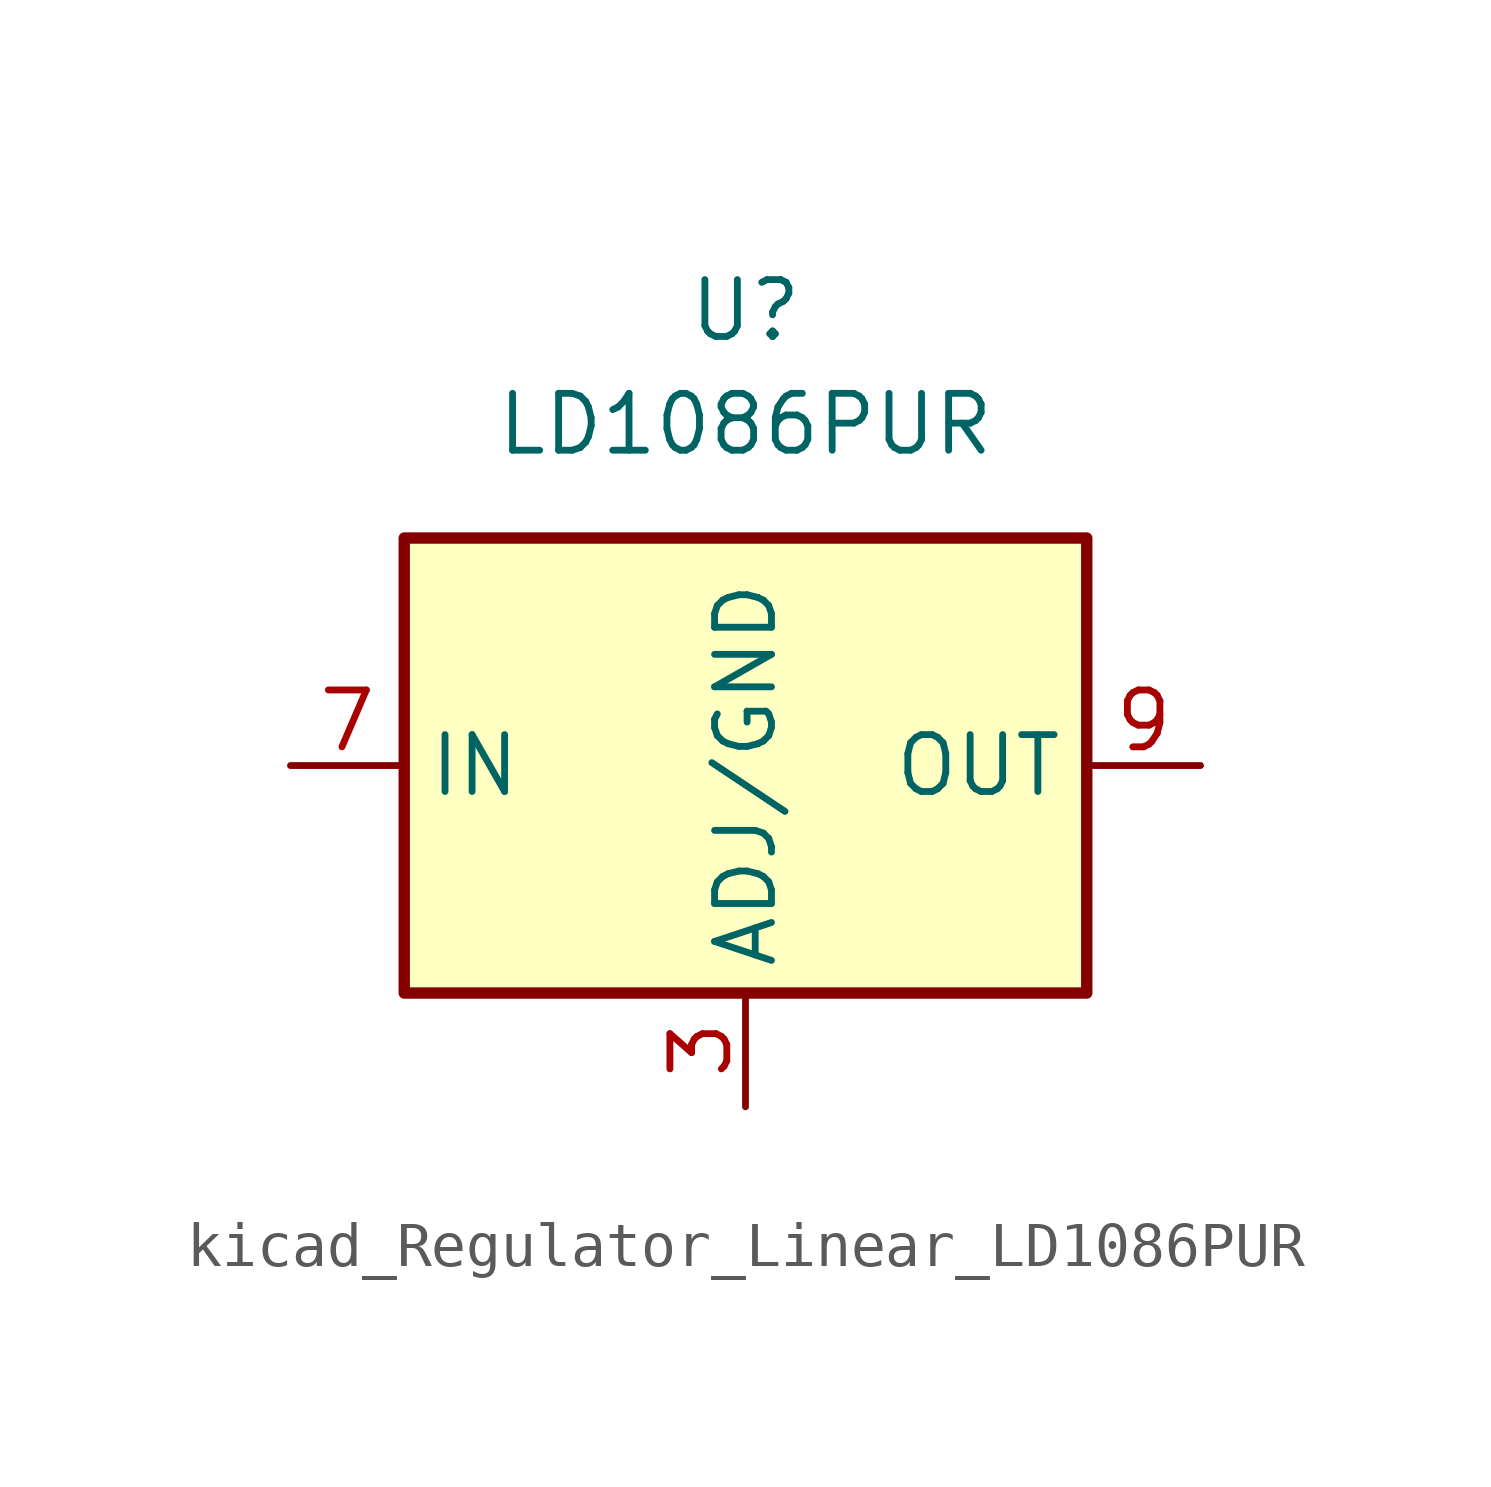
<source format=kicad_sym>
(kicad_symbol_lib
  (version 20220914)
  (generator kicad_symbol_editor)
  (symbol "kicad_Regulator_Linear_LD1086PUR"
    (property "Reference" "U"
      (at 0 10.16 0)
      (effects (font (size 1.27 1.27))))
    (property "Value" "LD1086PUR"
      (at 0 7.62 0)
      (effects (font (size 1.27 1.27))))
    (symbol "kicad_Regulator_Linear_LD1086PUR_0_1"
      (rectangle (start -7.62 -5.08) (end 7.62 5.08) (stroke (width 0.254) (type default)) (fill (type background))))
    (symbol "kicad_Regulator_Linear_LD1086PUR_1_1"
      (pin input line (at 0 -7.62 90) (length 2.54) (name "ADJ/GND" (effects (font (size 1.27 1.27)))) (number "3" (effects (font (size 1.27 1.27)))))
      (pin power_in line (at -10.16 0 0) (length 2.54) (name "IN" (effects (font (size 1.27 1.27)))) (number "7" (effects (font (size 1.27 1.27)))))
      (pin passive line (at -10.16 0 0) (length 2.54) hide (name "IN" (effects (font (size 1.27 1.27)))) (number "8" (effects (font (size 1.27 1.27)))))
      (pin power_out line (at 10.16 0 180) (length 2.54) (name "OUT" (effects (font (size 1.27 1.27)))) (number "9" (effects (font (size 1.27 1.27))))))))
</source>
